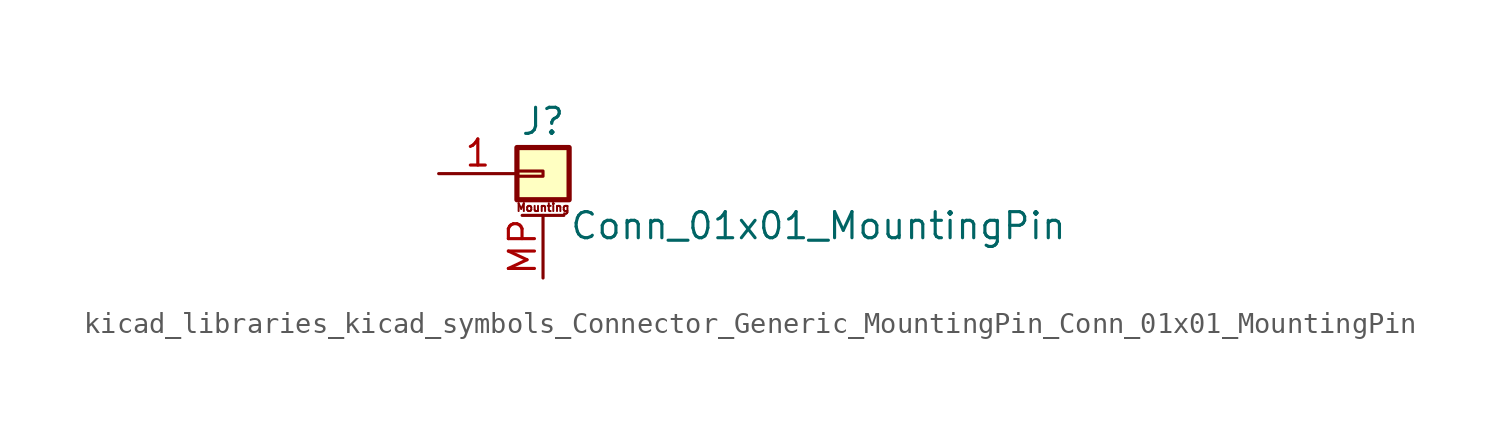
<source format=kicad_sym>
(kicad_symbol_lib
  (version 20220914)
  (generator kicad_symbol_editor)
  (symbol "kicad_libraries_kicad_symbols_Connector_Generic_MountingPin_Conn_01x01_MountingPin"
    (pin_names
      (offset 1.016) hide)
    (property "Reference" "J"
      (at 0 2.54 0)
      (effects (font (size 1.27 1.27))))
    (property "Value" "Conn_01x01_MountingPin"
      (at 1.27 -2.54 0)
      (effects (font (size 1.27 1.27)) (justify left)))
    (symbol "kicad_libraries_kicad_symbols_Connector_Generic_MountingPin_Conn_01x01_MountingPin_1_1"
      (rectangle (start -1.27 0.127) (end 0 -0.127) (stroke (width 0.152) (type default)) (fill (type none)))
      (rectangle (start -1.27 1.27) (end 1.27 -1.27) (stroke (width 0.254) (type default)) (fill (type background)))
      (polyline (pts (xy -1.016 -2.032) (xy 1.016 -2.032)) (stroke (width 0.152) (type default)) (fill (type none)))
      (text "Mounting" (at 0 -1.651 0) (effects (font (size 0.381 0.381))))
      (pin passive line (at -5.08 0 0) (length 3.81) (name "Pin_1" (effects (font (size 1.27 1.27)))) (number "1" (effects (font (size 1.27 1.27)))))
      (pin passive line (at 0 -5.08 90) (length 3.048) (name "MountPin" (effects (font (size 1.27 1.27)))) (number "MP" (effects (font (size 1.27 1.27))))))))
</source>
